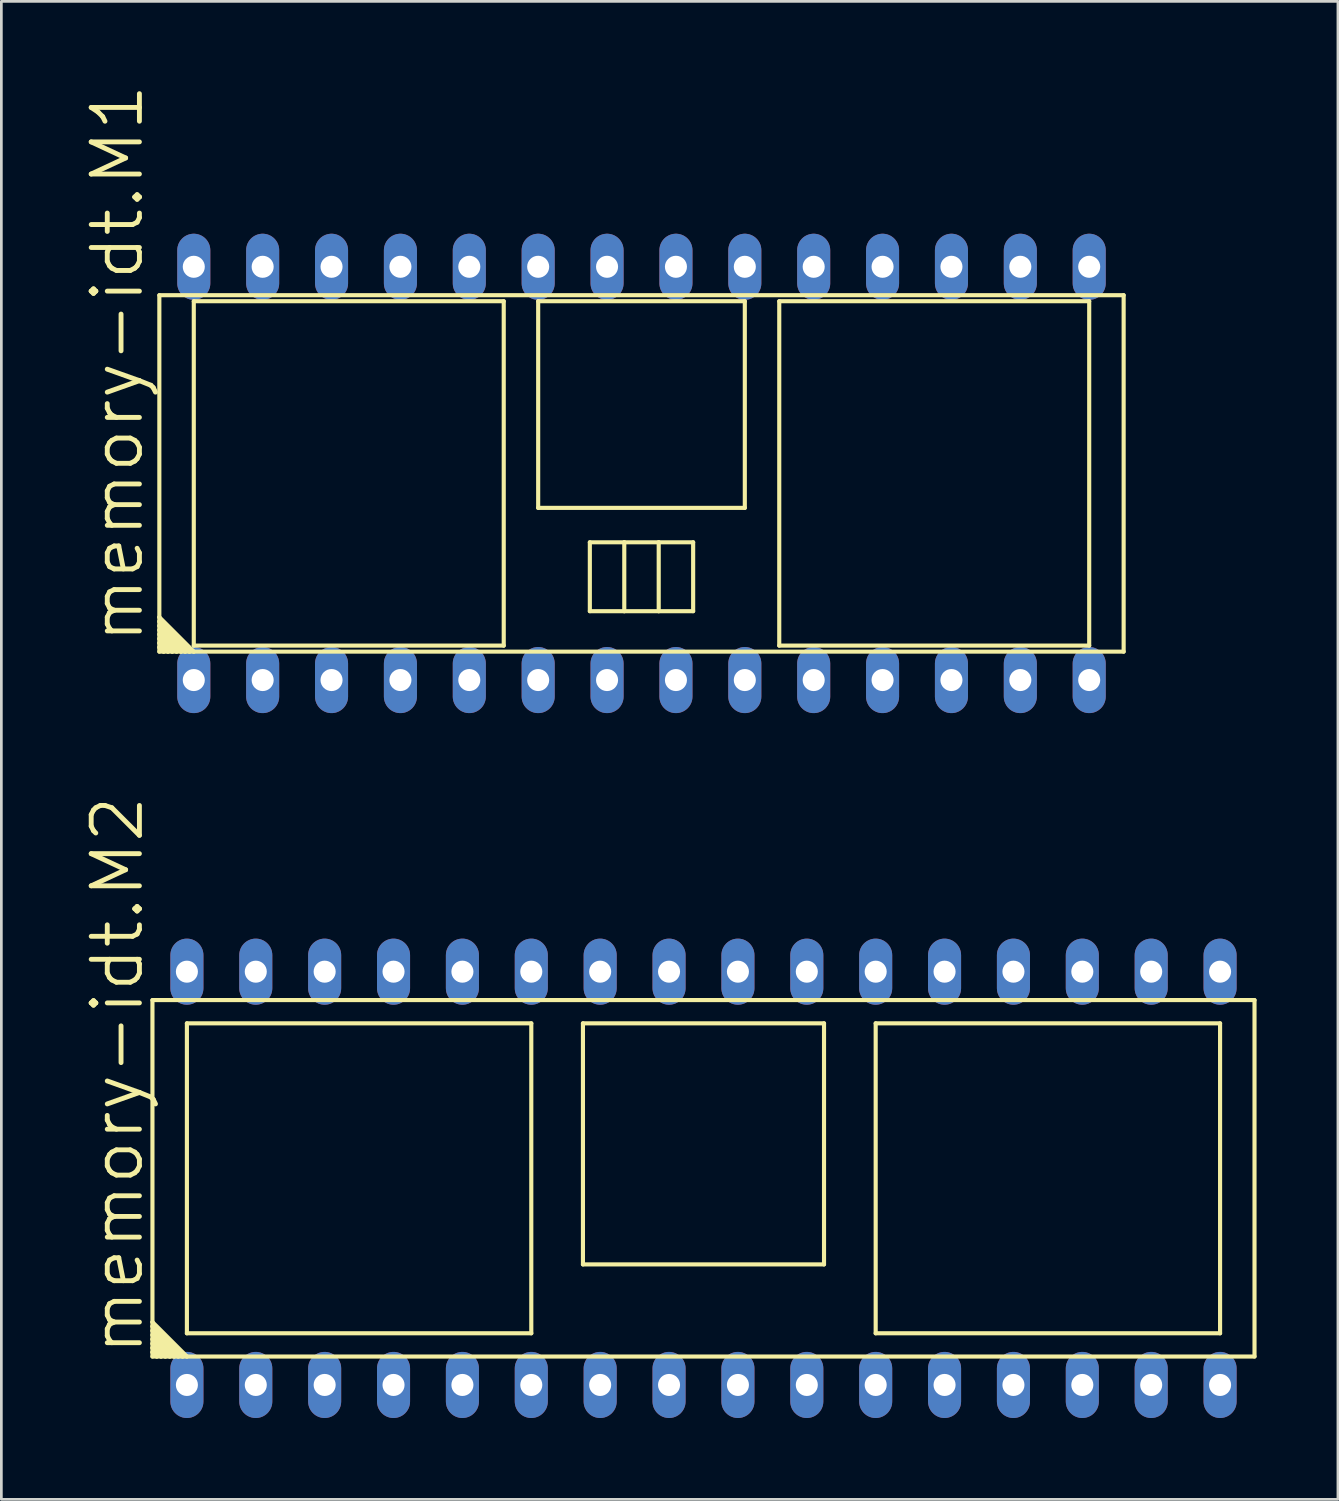
<source format=kicad_pcb>
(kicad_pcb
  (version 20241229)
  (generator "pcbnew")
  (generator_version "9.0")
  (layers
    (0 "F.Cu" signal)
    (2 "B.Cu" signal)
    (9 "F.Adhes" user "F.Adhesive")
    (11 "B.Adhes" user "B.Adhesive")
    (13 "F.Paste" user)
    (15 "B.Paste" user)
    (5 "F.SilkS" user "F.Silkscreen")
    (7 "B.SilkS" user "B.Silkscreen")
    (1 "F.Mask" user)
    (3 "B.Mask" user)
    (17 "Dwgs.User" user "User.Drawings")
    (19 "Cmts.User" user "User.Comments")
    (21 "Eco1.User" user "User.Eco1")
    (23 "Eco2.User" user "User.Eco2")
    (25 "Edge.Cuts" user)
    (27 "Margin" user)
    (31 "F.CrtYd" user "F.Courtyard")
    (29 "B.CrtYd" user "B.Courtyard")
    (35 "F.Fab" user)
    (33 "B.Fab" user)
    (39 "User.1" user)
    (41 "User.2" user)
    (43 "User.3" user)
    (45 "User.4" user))
  (footprint "memory-idt.M2"
    (layer "F.Cu")
    (at 22.892 40.402)
    (property "Reference" "memory-idt.M2" (at -20.574 6.604 90) (layer "F.SilkS") (effects (font (size 1.778 1.778) (thickness 0.18)) (justify left bottom)))
    (attr through_hole)
    (fp_line (start -20.32 -6.572) (end 20.32 -6.572) (stroke (width 0.152) (type default)) (layer "F.SilkS"))
    (fp_line (start -20.32 5.302) (end -20.32 -6.572) (stroke (width 0.152) (type default)) (layer "F.SilkS"))
    (fp_line (start -20.32 5.302) (end -19.05 6.572) (stroke (width 0.152) (type default)) (layer "F.SilkS"))
    (fp_line (start -20.32 5.461) (end -20.32 5.302) (stroke (width 0.152) (type default)) (layer "F.SilkS"))
    (fp_line (start -20.32 5.461) (end -19.209 6.572) (stroke (width 0.152) (type default)) (layer "F.SilkS"))
    (fp_line (start -20.32 5.62) (end -20.32 5.461) (stroke (width 0.152) (type default)) (layer "F.SilkS"))
    (fp_line (start -20.32 5.62) (end -19.368 6.572) (stroke (width 0.152) (type default)) (layer "F.SilkS"))
    (fp_line (start -20.32 5.779) (end -20.32 5.62) (stroke (width 0.152) (type default)) (layer "F.SilkS"))
    (fp_line (start -20.32 5.779) (end -19.526 6.572) (stroke (width 0.152) (type default)) (layer "F.SilkS"))
    (fp_line (start -20.32 5.937) (end -20.32 5.779) (stroke (width 0.152) (type default)) (layer "F.SilkS"))
    (fp_line (start -20.32 5.937) (end -19.685 6.572) (stroke (width 0.152) (type default)) (layer "F.SilkS"))
    (fp_line (start -20.32 6.096) (end -20.32 5.937) (stroke (width 0.152) (type default)) (layer "F.SilkS"))
    (fp_line (start -20.32 6.096) (end -19.844 6.572) (stroke (width 0.152) (type default)) (layer "F.SilkS"))
    (fp_line (start -20.32 6.255) (end -20.32 6.096) (stroke (width 0.152) (type default)) (layer "F.SilkS"))
    (fp_line (start -20.32 6.255) (end -20.003 6.572) (stroke (width 0.152) (type default)) (layer "F.SilkS"))
    (fp_line (start -20.32 6.414) (end -20.32 6.255) (stroke (width 0.152) (type default)) (layer "F.SilkS"))
    (fp_line (start -20.32 6.414) (end -20.161 6.572) (stroke (width 0.152) (type default)) (layer "F.SilkS"))
    (fp_line (start -20.32 6.572) (end -20.32 6.414) (stroke (width 0.152) (type default)) (layer "F.SilkS"))
    (fp_line (start -20.161 6.572) (end -20.32 6.572) (stroke (width 0.152) (type default)) (layer "F.SilkS"))
    (fp_line (start -20.003 6.572) (end -20.161 6.572) (stroke (width 0.152) (type default)) (layer "F.SilkS"))
    (fp_line (start -19.844 6.572) (end -20.003 6.572) (stroke (width 0.152) (type default)) (layer "F.SilkS"))
    (fp_line (start -19.685 6.572) (end -19.844 6.572) (stroke (width 0.152) (type default)) (layer "F.SilkS"))
    (fp_line (start -19.526 6.572) (end -19.685 6.572) (stroke (width 0.152) (type default)) (layer "F.SilkS"))
    (fp_line (start -19.368 6.572) (end -19.526 6.572) (stroke (width 0.152) (type default)) (layer "F.SilkS"))
    (fp_line (start -19.209 6.572) (end -19.368 6.572) (stroke (width 0.152) (type default)) (layer "F.SilkS"))
    (fp_line (start -19.05 -5.715) (end -19.05 5.715) (stroke (width 0.152) (type default)) (layer "F.SilkS"))
    (fp_line (start -19.05 5.715) (end -6.35 5.715) (stroke (width 0.152) (type default)) (layer "F.SilkS"))
    (fp_line (start -19.05 6.572) (end -19.209 6.572) (stroke (width 0.152) (type default)) (layer "F.SilkS"))
    (fp_line (start -6.35 -5.715) (end -19.05 -5.715) (stroke (width 0.152) (type default)) (layer "F.SilkS"))
    (fp_line (start -6.35 5.715) (end -6.35 -5.715) (stroke (width 0.152) (type default)) (layer "F.SilkS"))
    (fp_line (start -4.445 -5.715) (end 4.445 -5.715) (stroke (width 0.152) (type default)) (layer "F.SilkS"))
    (fp_line (start -4.445 3.175) (end -4.445 -5.715) (stroke (width 0.152) (type default)) (layer "F.SilkS"))
    (fp_line (start 4.445 -5.715) (end 4.445 3.175) (stroke (width 0.152) (type default)) (layer "F.SilkS"))
    (fp_line (start 4.445 3.175) (end -4.445 3.175) (stroke (width 0.152) (type default)) (layer "F.SilkS"))
    (fp_line (start 6.35 -5.715) (end 19.05 -5.715) (stroke (width 0.152) (type default)) (layer "F.SilkS"))
    (fp_line (start 6.35 5.715) (end 6.35 -5.715) (stroke (width 0.152) (type default)) (layer "F.SilkS"))
    (fp_line (start 19.05 -5.715) (end 19.05 5.715) (stroke (width 0.152) (type default)) (layer "F.SilkS"))
    (fp_line (start 19.05 5.715) (end 6.35 5.715) (stroke (width 0.152) (type default)) (layer "F.SilkS"))
    (fp_line (start 20.32 -6.572) (end 20.32 6.572) (stroke (width 0.152) (type default)) (layer "F.SilkS"))
    (fp_line (start 20.32 6.572) (end -19.05 6.572) (stroke (width 0.152) (type default)) (layer "F.SilkS"))
    (pad "1" thru_hole oval (at -19.05 7.62 90) (size 2.438 1.219) (drill 0.813) (layers "*.Cu" "*.Mask"))
    (pad "2" thru_hole oval (at -16.51 7.62 90) (size 2.438 1.219) (drill 0.813) (layers "*.Cu" "*.Mask"))
    (pad "3" thru_hole oval (at -13.97 7.62 90) (size 2.438 1.219) (drill 0.813) (layers "*.Cu" "*.Mask"))
    (pad "4" thru_hole oval (at -11.43 7.62 90) (size 2.438 1.219) (drill 0.813) (layers "*.Cu" "*.Mask"))
    (pad "5" thru_hole oval (at -8.89 7.62 90) (size 2.438 1.219) (drill 0.813) (layers "*.Cu" "*.Mask"))
    (pad "6" thru_hole oval (at -6.35 7.62 90) (size 2.438 1.219) (drill 0.813) (layers "*.Cu" "*.Mask"))
    (pad "7" thru_hole oval (at -3.81 7.62 90) (size 2.438 1.219) (drill 0.813) (layers "*.Cu" "*.Mask"))
    (pad "8" thru_hole oval (at -1.27 7.62 90) (size 2.438 1.219) (drill 0.813) (layers "*.Cu" "*.Mask"))
    (pad "9" thru_hole oval (at 1.27 7.62 90) (size 2.438 1.219) (drill 0.813) (layers "*.Cu" "*.Mask"))
    (pad "10" thru_hole oval (at 3.81 7.62 90) (size 2.438 1.219) (drill 0.813) (layers "*.Cu" "*.Mask"))
    (pad "11" thru_hole oval (at 6.35 7.62 90) (size 2.438 1.219) (drill 0.813) (layers "*.Cu" "*.Mask"))
    (pad "12" thru_hole oval (at 8.89 7.62 90) (size 2.438 1.219) (drill 0.813) (layers "*.Cu" "*.Mask"))
    (pad "13" thru_hole oval (at 11.43 7.62 90) (size 2.438 1.219) (drill 0.813) (layers "*.Cu" "*.Mask"))
    (pad "14" thru_hole oval (at 13.97 7.62 90) (size 2.438 1.219) (drill 0.813) (layers "*.Cu" "*.Mask"))
    (pad "15" thru_hole oval (at 16.51 7.62 90) (size 2.438 1.219) (drill 0.813) (layers "*.Cu" "*.Mask"))
    (pad "16" thru_hole oval (at 19.05 7.62 90) (size 2.438 1.219) (drill 0.813) (layers "*.Cu" "*.Mask"))
    (pad "17" thru_hole oval (at 19.05 -7.62 90) (size 2.438 1.219) (drill 0.813) (layers "*.Cu" "*.Mask"))
    (pad "18" thru_hole oval (at 16.51 -7.62 90) (size 2.438 1.219) (drill 0.813) (layers "*.Cu" "*.Mask"))
    (pad "19" thru_hole oval (at 13.97 -7.62 90) (size 2.438 1.219) (drill 0.813) (layers "*.Cu" "*.Mask"))
    (pad "20" thru_hole oval (at 11.43 -7.62 90) (size 2.438 1.219) (drill 0.813) (layers "*.Cu" "*.Mask"))
    (pad "21" thru_hole oval (at 8.89 -7.62 90) (size 2.438 1.219) (drill 0.813) (layers "*.Cu" "*.Mask"))
    (pad "22" thru_hole oval (at 6.35 -7.62 90) (size 2.438 1.219) (drill 0.813) (layers "*.Cu" "*.Mask"))
    (pad "23" thru_hole oval (at 3.81 -7.62 90) (size 2.438 1.219) (drill 0.813) (layers "*.Cu" "*.Mask"))
    (pad "24" thru_hole oval (at 1.27 -7.62 90) (size 2.438 1.219) (drill 0.813) (layers "*.Cu" "*.Mask"))
    (pad "25" thru_hole oval (at -1.27 -7.62 90) (size 2.438 1.219) (drill 0.813) (layers "*.Cu" "*.Mask"))
    (pad "26" thru_hole oval (at -3.81 -7.62 90) (size 2.438 1.219) (drill 0.813) (layers "*.Cu" "*.Mask"))
    (pad "27" thru_hole oval (at -6.35 -7.62 90) (size 2.438 1.219) (drill 0.813) (layers "*.Cu" "*.Mask"))
    (pad "28" thru_hole oval (at -8.89 -7.62 90) (size 2.438 1.219) (drill 0.813) (layers "*.Cu" "*.Mask"))
    (pad "29" thru_hole oval (at -11.43 -7.62 90) (size 2.438 1.219) (drill 0.813) (layers "*.Cu" "*.Mask"))
    (pad "30" thru_hole oval (at -13.97 -7.62 90) (size 2.438 1.219) (drill 0.813) (layers "*.Cu" "*.Mask"))
    (pad "31" thru_hole oval (at -16.51 -7.62 90) (size 2.438 1.219) (drill 0.813) (layers "*.Cu" "*.Mask"))
    (pad "32" thru_hole oval (at -19.05 -7.62 90) (size 2.438 1.219) (drill 0.813) (layers "*.Cu" "*.Mask")))
  (footprint "memory-idt.M1"
    (layer "F.Cu")
    (at 20.606 14.408)
    (property "Reference" "memory-idt.M1" (at -18.288 6.35 90) (layer "F.SilkS") (effects (font (size 1.778 1.778) (thickness 0.18)) (justify left bottom)))
    (attr through_hole)
    (fp_line (start -17.78 -6.572) (end 17.78 -6.572) (stroke (width 0.152) (type default)) (layer "F.SilkS"))
    (fp_line (start -17.78 5.302) (end -17.78 -6.572) (stroke (width 0.152) (type default)) (layer "F.SilkS"))
    (fp_line (start -17.78 5.302) (end -16.51 6.572) (stroke (width 0.152) (type default)) (layer "F.SilkS"))
    (fp_line (start -17.78 5.461) (end -17.78 5.302) (stroke (width 0.152) (type default)) (layer "F.SilkS"))
    (fp_line (start -17.78 5.461) (end -16.669 6.572) (stroke (width 0.152) (type default)) (layer "F.SilkS"))
    (fp_line (start -17.78 5.62) (end -17.78 5.461) (stroke (width 0.152) (type default)) (layer "F.SilkS"))
    (fp_line (start -17.78 5.62) (end -16.828 6.572) (stroke (width 0.152) (type default)) (layer "F.SilkS"))
    (fp_line (start -17.78 5.779) (end -17.78 5.62) (stroke (width 0.152) (type default)) (layer "F.SilkS"))
    (fp_line (start -17.78 5.779) (end -16.986 6.572) (stroke (width 0.152) (type default)) (layer "F.SilkS"))
    (fp_line (start -17.78 5.937) (end -17.78 5.779) (stroke (width 0.152) (type default)) (layer "F.SilkS"))
    (fp_line (start -17.78 5.937) (end -17.145 6.572) (stroke (width 0.152) (type default)) (layer "F.SilkS"))
    (fp_line (start -17.78 6.096) (end -17.78 5.937) (stroke (width 0.152) (type default)) (layer "F.SilkS"))
    (fp_line (start -17.78 6.096) (end -17.304 6.572) (stroke (width 0.152) (type default)) (layer "F.SilkS"))
    (fp_line (start -17.78 6.255) (end -17.78 6.096) (stroke (width 0.152) (type default)) (layer "F.SilkS"))
    (fp_line (start -17.78 6.255) (end -17.463 6.572) (stroke (width 0.152) (type default)) (layer "F.SilkS"))
    (fp_line (start -17.78 6.414) (end -17.78 6.255) (stroke (width 0.152) (type default)) (layer "F.SilkS"))
    (fp_line (start -17.78 6.414) (end -17.621 6.572) (stroke (width 0.152) (type default)) (layer "F.SilkS"))
    (fp_line (start -17.78 6.572) (end -17.78 6.414) (stroke (width 0.152) (type default)) (layer "F.SilkS"))
    (fp_line (start -17.621 6.572) (end -17.78 6.572) (stroke (width 0.152) (type default)) (layer "F.SilkS"))
    (fp_line (start -17.463 6.572) (end -17.621 6.572) (stroke (width 0.152) (type default)) (layer "F.SilkS"))
    (fp_line (start -17.304 6.572) (end -17.463 6.572) (stroke (width 0.152) (type default)) (layer "F.SilkS"))
    (fp_line (start -17.145 6.572) (end -17.304 6.572) (stroke (width 0.152) (type default)) (layer "F.SilkS"))
    (fp_line (start -16.986 6.572) (end -17.145 6.572) (stroke (width 0.152) (type default)) (layer "F.SilkS"))
    (fp_line (start -16.828 6.572) (end -16.986 6.572) (stroke (width 0.152) (type default)) (layer "F.SilkS"))
    (fp_line (start -16.669 6.572) (end -16.828 6.572) (stroke (width 0.152) (type default)) (layer "F.SilkS"))
    (fp_line (start -16.51 -6.35) (end -5.08 -6.35) (stroke (width 0.152) (type default)) (layer "F.SilkS"))
    (fp_line (start -16.51 6.35) (end -16.51 -6.35) (stroke (width 0.152) (type default)) (layer "F.SilkS"))
    (fp_line (start -16.51 6.572) (end -16.669 6.572) (stroke (width 0.152) (type default)) (layer "F.SilkS"))
    (fp_line (start -5.08 -6.35) (end -5.08 6.35) (stroke (width 0.152) (type default)) (layer "F.SilkS"))
    (fp_line (start -5.08 6.35) (end -16.51 6.35) (stroke (width 0.152) (type default)) (layer "F.SilkS"))
    (fp_line (start -3.81 -6.35) (end 3.81 -6.35) (stroke (width 0.152) (type default)) (layer "F.SilkS"))
    (fp_line (start -3.81 1.27) (end -3.81 -6.35) (stroke (width 0.152) (type default)) (layer "F.SilkS"))
    (fp_line (start -1.905 2.54) (end -1.905 5.08) (stroke (width 0.152) (type default)) (layer "F.SilkS"))
    (fp_line (start -1.905 5.08) (end -0.635 5.08) (stroke (width 0.152) (type default)) (layer "F.SilkS"))
    (fp_line (start -0.635 2.54) (end -1.905 2.54) (stroke (width 0.152) (type default)) (layer "F.SilkS"))
    (fp_line (start -0.635 2.54) (end -0.635 5.08) (stroke (width 0.152) (type default)) (layer "F.SilkS"))
    (fp_line (start -0.635 5.08) (end 0.635 5.08) (stroke (width 0.152) (type default)) (layer "F.SilkS"))
    (fp_line (start 0.635 2.54) (end -0.635 2.54) (stroke (width 0.152) (type default)) (layer "F.SilkS"))
    (fp_line (start 0.635 2.54) (end 0.635 5.08) (stroke (width 0.152) (type default)) (layer "F.SilkS"))
    (fp_line (start 0.635 5.08) (end 1.905 5.08) (stroke (width 0.152) (type default)) (layer "F.SilkS"))
    (fp_line (start 1.905 2.54) (end 0.635 2.54) (stroke (width 0.152) (type default)) (layer "F.SilkS"))
    (fp_line (start 1.905 5.08) (end 1.905 2.54) (stroke (width 0.152) (type default)) (layer "F.SilkS"))
    (fp_line (start 3.81 -6.35) (end 3.81 1.27) (stroke (width 0.152) (type default)) (layer "F.SilkS"))
    (fp_line (start 3.81 1.27) (end -3.81 1.27) (stroke (width 0.152) (type default)) (layer "F.SilkS"))
    (fp_line (start 5.08 -6.35) (end 16.51 -6.35) (stroke (width 0.152) (type default)) (layer "F.SilkS"))
    (fp_line (start 5.08 6.35) (end 5.08 -6.35) (stroke (width 0.152) (type default)) (layer "F.SilkS"))
    (fp_line (start 16.51 -6.35) (end 16.51 6.35) (stroke (width 0.152) (type default)) (layer "F.SilkS"))
    (fp_line (start 16.51 6.35) (end 5.08 6.35) (stroke (width 0.152) (type default)) (layer "F.SilkS"))
    (fp_line (start 17.78 -6.572) (end 17.78 6.572) (stroke (width 0.152) (type default)) (layer "F.SilkS"))
    (fp_line (start 17.78 6.572) (end -16.51 6.572) (stroke (width 0.152) (type default)) (layer "F.SilkS"))
    (pad "1" thru_hole oval (at -16.51 7.62 90) (size 2.438 1.219) (drill 0.813) (layers "*.Cu" "*.Mask"))
    (pad "2" thru_hole oval (at -13.97 7.62 90) (size 2.438 1.219) (drill 0.813) (layers "*.Cu" "*.Mask"))
    (pad "3" thru_hole oval (at -11.43 7.62 90) (size 2.438 1.219) (drill 0.813) (layers "*.Cu" "*.Mask"))
    (pad "4" thru_hole oval (at -8.89 7.62 90) (size 2.438 1.219) (drill 0.813) (layers "*.Cu" "*.Mask"))
    (pad "5" thru_hole oval (at -6.35 7.62 90) (size 2.438 1.219) (drill 0.813) (layers "*.Cu" "*.Mask"))
    (pad "6" thru_hole oval (at -3.81 7.62 90) (size 2.438 1.219) (drill 0.813) (layers "*.Cu" "*.Mask"))
    (pad "7" thru_hole oval (at -1.27 7.62 90) (size 2.438 1.219) (drill 0.813) (layers "*.Cu" "*.Mask"))
    (pad "8" thru_hole oval (at 1.27 7.62 90) (size 2.438 1.219) (drill 0.813) (layers "*.Cu" "*.Mask"))
    (pad "9" thru_hole oval (at 3.81 7.62 90) (size 2.438 1.219) (drill 0.813) (layers "*.Cu" "*.Mask"))
    (pad "10" thru_hole oval (at 6.35 7.62 90) (size 2.438 1.219) (drill 0.813) (layers "*.Cu" "*.Mask"))
    (pad "11" thru_hole oval (at 8.89 7.62 90) (size 2.438 1.219) (drill 0.813) (layers "*.Cu" "*.Mask"))
    (pad "12" thru_hole oval (at 11.43 7.62 90) (size 2.438 1.219) (drill 0.813) (layers "*.Cu" "*.Mask"))
    (pad "13" thru_hole oval (at 13.97 7.62 90) (size 2.438 1.219) (drill 0.813) (layers "*.Cu" "*.Mask"))
    (pad "14" thru_hole oval (at 16.51 7.62 90) (size 2.438 1.219) (drill 0.813) (layers "*.Cu" "*.Mask"))
    (pad "15" thru_hole oval (at 16.51 -7.62 90) (size 2.438 1.219) (drill 0.813) (layers "*.Cu" "*.Mask"))
    (pad "16" thru_hole oval (at 13.97 -7.62 90) (size 2.438 1.219) (drill 0.813) (layers "*.Cu" "*.Mask"))
    (pad "17" thru_hole oval (at 11.43 -7.62 90) (size 2.438 1.219) (drill 0.813) (layers "*.Cu" "*.Mask"))
    (pad "18" thru_hole oval (at 8.89 -7.62 90) (size 2.438 1.219) (drill 0.813) (layers "*.Cu" "*.Mask"))
    (pad "19" thru_hole oval (at 6.35 -7.62 90) (size 2.438 1.219) (drill 0.813) (layers "*.Cu" "*.Mask"))
    (pad "20" thru_hole oval (at 3.81 -7.62 90) (size 2.438 1.219) (drill 0.813) (layers "*.Cu" "*.Mask"))
    (pad "21" thru_hole oval (at 1.27 -7.62 90) (size 2.438 1.219) (drill 0.813) (layers "*.Cu" "*.Mask"))
    (pad "22" thru_hole oval (at -1.27 -7.62 90) (size 2.438 1.219) (drill 0.813) (layers "*.Cu" "*.Mask"))
    (pad "23" thru_hole oval (at -3.81 -7.62 90) (size 2.438 1.219) (drill 0.813) (layers "*.Cu" "*.Mask"))
    (pad "24" thru_hole oval (at -6.35 -7.62 90) (size 2.438 1.219) (drill 0.813) (layers "*.Cu" "*.Mask"))
    (pad "25" thru_hole oval (at -8.89 -7.62 90) (size 2.438 1.219) (drill 0.813) (layers "*.Cu" "*.Mask"))
    (pad "26" thru_hole oval (at -11.43 -7.62 90) (size 2.438 1.219) (drill 0.813) (layers "*.Cu" "*.Mask"))
    (pad "27" thru_hole oval (at -13.97 -7.62 90) (size 2.438 1.219) (drill 0.813) (layers "*.Cu" "*.Mask"))
    (pad "28" thru_hole oval (at -16.51 -7.62 90) (size 2.438 1.219) (drill 0.813) (layers "*.Cu" "*.Mask")))
  (gr_rect
    (start -3 -3)
    (end 46.288 52.241)
    (stroke (width 0.1) (type default))
    (fill no)
    (layer "Edge.Cuts")))
</source>
